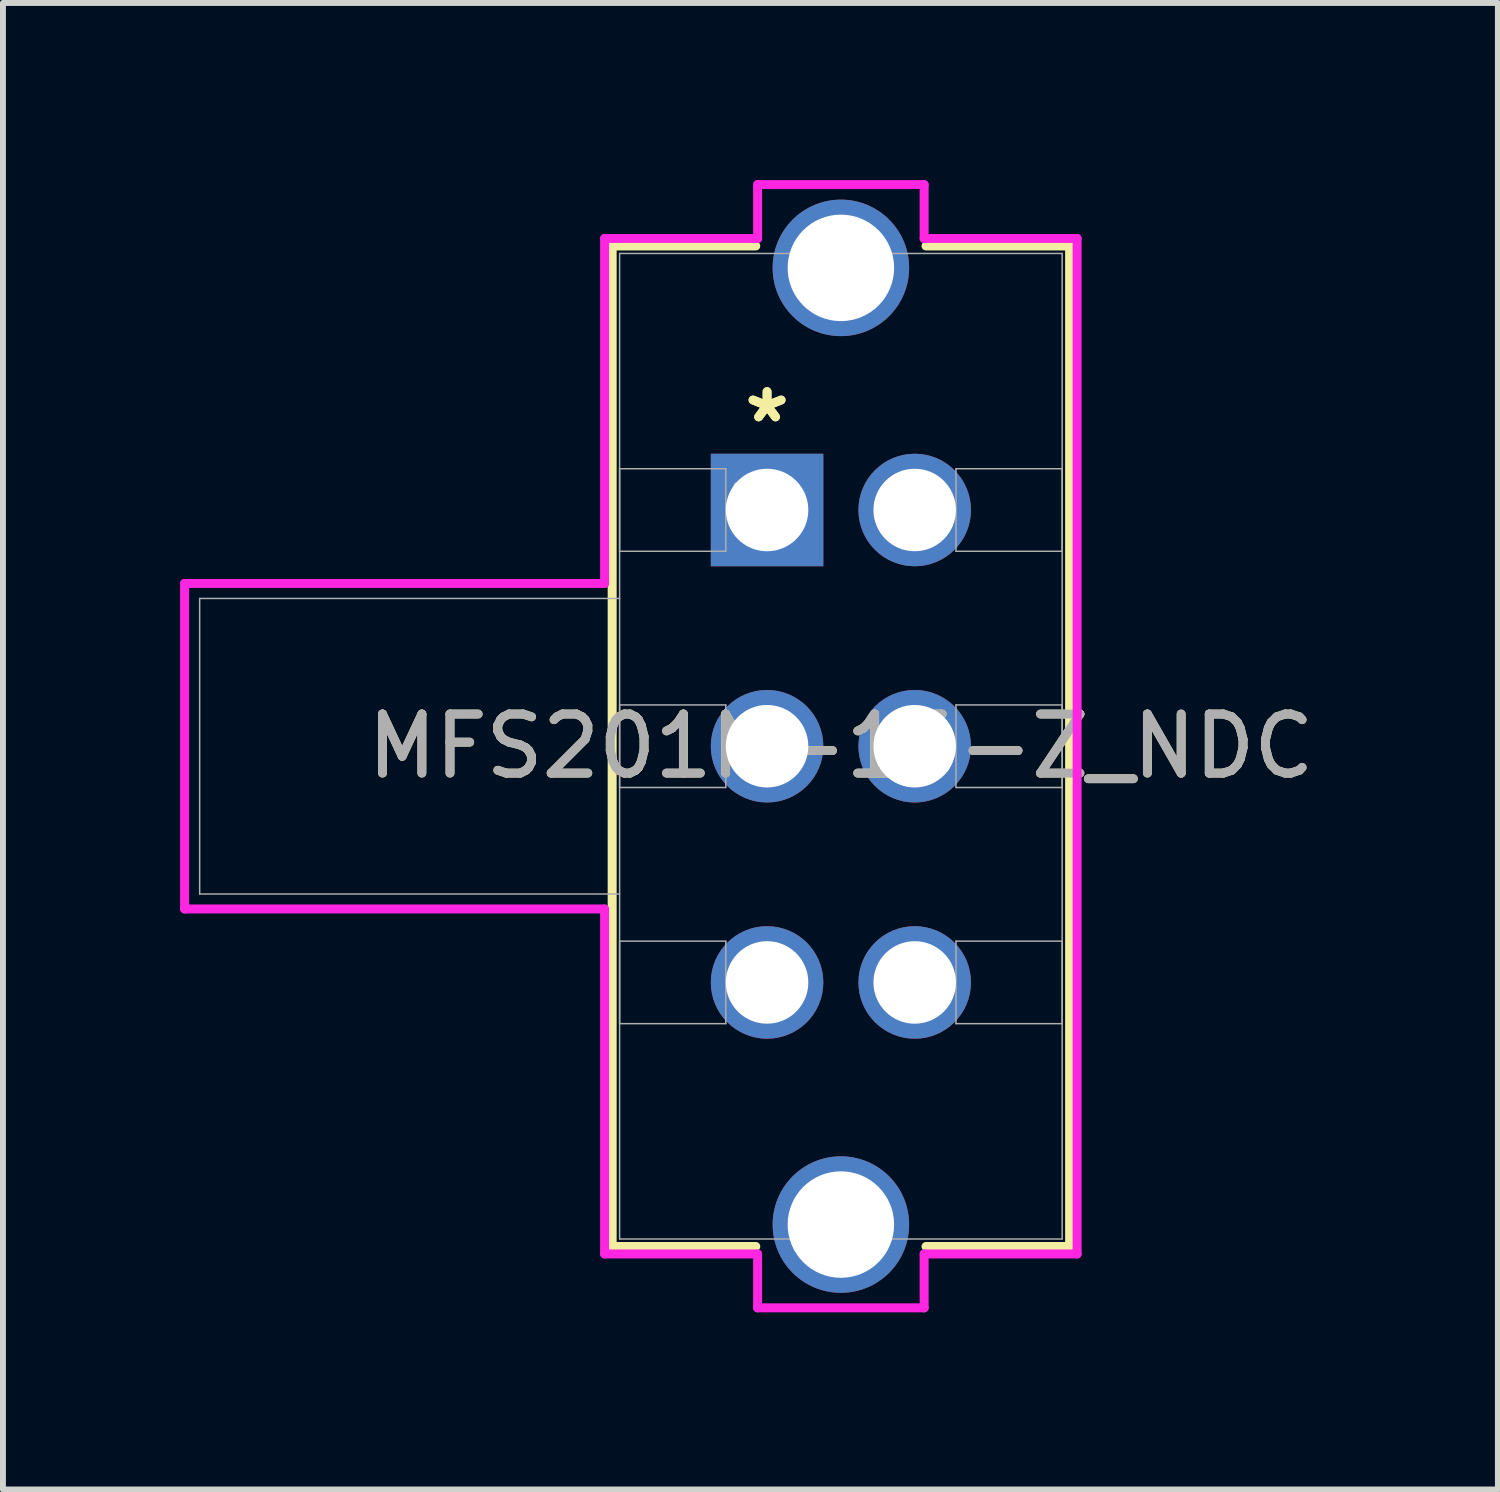
<source format=kicad_pcb>
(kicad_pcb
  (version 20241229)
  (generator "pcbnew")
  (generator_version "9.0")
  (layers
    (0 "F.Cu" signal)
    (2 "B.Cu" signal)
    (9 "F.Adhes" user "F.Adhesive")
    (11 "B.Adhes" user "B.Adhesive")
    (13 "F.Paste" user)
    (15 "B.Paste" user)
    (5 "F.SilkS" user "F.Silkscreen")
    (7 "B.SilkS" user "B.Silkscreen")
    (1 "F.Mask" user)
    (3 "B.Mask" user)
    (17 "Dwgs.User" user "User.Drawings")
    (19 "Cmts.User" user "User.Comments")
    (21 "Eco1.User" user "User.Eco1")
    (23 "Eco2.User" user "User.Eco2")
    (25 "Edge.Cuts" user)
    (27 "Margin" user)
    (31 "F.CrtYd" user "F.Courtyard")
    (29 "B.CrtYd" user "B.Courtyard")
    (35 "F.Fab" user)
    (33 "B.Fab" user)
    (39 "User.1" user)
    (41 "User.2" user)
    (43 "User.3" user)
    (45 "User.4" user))
  (footprint "MFS201N-16-Z_NDC"
    (layer "F.Cu")
    (at 9.939 5.586)
    (property "Reference" "MFS201N-16-Z_NDC" (at 1.25 4 0) (unlocked yes) (layer "F.SilkS") (effects (font (size 1 1) (thickness 0.15))))
    (attr through_hole)
    (fp_line (start -2.623 -4.471) (end -2.623 12.471) (stroke (width 0.152) (type solid)) (layer "F.SilkS"))
    (fp_line (start -2.623 12.471) (end -0.191 12.471) (stroke (width 0.152) (type solid)) (layer "F.SilkS"))
    (fp_line (start -0.191 -4.471) (end -2.623 -4.471) (stroke (width 0.152) (type solid)) (layer "F.SilkS"))
    (fp_line (start 2.691 12.471) (end 5.123 12.471) (stroke (width 0.152) (type solid)) (layer "F.SilkS"))
    (fp_line (start 5.123 -4.471) (end 2.691 -4.471) (stroke (width 0.152) (type solid)) (layer "F.SilkS"))
    (fp_line (start 5.123 12.471) (end 5.123 -4.471) (stroke (width 0.152) (type solid)) (layer "F.SilkS"))
    (fp_line (start -9.863 1.244) (end -9.863 6.756) (stroke (width 0.152) (type solid)) (layer "F.CrtYd"))
    (fp_line (start -9.863 6.756) (end -2.751 6.756) (stroke (width 0.152) (type solid)) (layer "F.CrtYd"))
    (fp_line (start -2.751 -4.598) (end -2.751 1.244) (stroke (width 0.152) (type solid)) (layer "F.CrtYd"))
    (fp_line (start -2.751 1.244) (end -9.863 1.244) (stroke (width 0.152) (type solid)) (layer "F.CrtYd"))
    (fp_line (start -2.751 6.756) (end -2.751 12.598) (stroke (width 0.152) (type solid)) (layer "F.CrtYd"))
    (fp_line (start -2.751 12.598) (end -0.16 12.598) (stroke (width 0.152) (type solid)) (layer "F.CrtYd"))
    (fp_line (start -0.16 -5.51) (end -0.16 -4.598) (stroke (width 0.152) (type solid)) (layer "F.CrtYd"))
    (fp_line (start -0.16 -4.598) (end -2.751 -4.598) (stroke (width 0.152) (type solid)) (layer "F.CrtYd"))
    (fp_line (start -0.16 12.598) (end -0.16 13.51) (stroke (width 0.152) (type solid)) (layer "F.CrtYd"))
    (fp_line (start -0.16 13.51) (end 2.66 13.51) (stroke (width 0.152) (type solid)) (layer "F.CrtYd"))
    (fp_line (start 2.66 -5.51) (end -0.16 -5.51) (stroke (width 0.152) (type solid)) (layer "F.CrtYd"))
    (fp_line (start 2.66 -4.598) (end 2.66 -5.51) (stroke (width 0.152) (type solid)) (layer "F.CrtYd"))
    (fp_line (start 2.66 12.598) (end 5.25 12.598) (stroke (width 0.152) (type solid)) (layer "F.CrtYd"))
    (fp_line (start 2.66 13.51) (end 2.66 12.598) (stroke (width 0.152) (type solid)) (layer "F.CrtYd"))
    (fp_line (start 5.25 -4.598) (end 2.66 -4.598) (stroke (width 0.152) (type solid)) (layer "F.CrtYd"))
    (fp_line (start 5.25 12.598) (end 5.25 -4.598) (stroke (width 0.152) (type solid)) (layer "F.CrtYd"))
    (fp_line (start -9.608 6.502) (end -9.608 1.498) (stroke (width 0.025) (type solid)) (layer "F.Fab"))
    (fp_line (start -2.497 -4.344) (end -2.497 12.344) (stroke (width 0.025) (type solid)) (layer "F.Fab"))
    (fp_line (start -2.497 -0.699) (end -0.699 -0.699) (stroke (width 0.025) (type solid)) (layer "F.Fab"))
    (fp_line (start -2.497 0.699) (end -2.497 -0.699) (stroke (width 0.025) (type solid)) (layer "F.Fab"))
    (fp_line (start -2.497 1.498) (end -9.608 1.498) (stroke (width 0.025) (type solid)) (layer "F.Fab"))
    (fp_line (start -2.497 3.301) (end -0.699 3.301) (stroke (width 0.025) (type solid)) (layer "F.Fab"))
    (fp_line (start -2.497 4.699) (end -2.497 3.301) (stroke (width 0.025) (type solid)) (layer "F.Fab"))
    (fp_line (start -2.497 6.502) (end -9.608 6.502) (stroke (width 0.025) (type solid)) (layer "F.Fab"))
    (fp_line (start -2.497 7.301) (end -0.699 7.301) (stroke (width 0.025) (type solid)) (layer "F.Fab"))
    (fp_line (start -2.497 8.698) (end -2.497 7.301) (stroke (width 0.025) (type solid)) (layer "F.Fab"))
    (fp_line (start -2.497 12.344) (end 4.997 12.344) (stroke (width 0.025) (type solid)) (layer "F.Fab"))
    (fp_line (start -0.699 -0.699) (end -0.699 0.699) (stroke (width 0.025) (type solid)) (layer "F.Fab"))
    (fp_line (start -0.699 0.699) (end -2.497 0.699) (stroke (width 0.025) (type solid)) (layer "F.Fab"))
    (fp_line (start -0.699 3.301) (end -0.699 4.699) (stroke (width 0.025) (type solid)) (layer "F.Fab"))
    (fp_line (start -0.699 4.699) (end -2.497 4.699) (stroke (width 0.025) (type solid)) (layer "F.Fab"))
    (fp_line (start -0.699 7.301) (end -0.699 8.698) (stroke (width 0.025) (type solid)) (layer "F.Fab"))
    (fp_line (start -0.699 8.698) (end -2.497 8.698) (stroke (width 0.025) (type solid)) (layer "F.Fab"))
    (fp_line (start 3.199 -0.699) (end 4.997 -0.699) (stroke (width 0.025) (type solid)) (layer "F.Fab"))
    (fp_line (start 3.199 0.699) (end 3.199 -0.699) (stroke (width 0.025) (type solid)) (layer "F.Fab"))
    (fp_line (start 3.199 3.301) (end 4.997 3.301) (stroke (width 0.025) (type solid)) (layer "F.Fab"))
    (fp_line (start 3.199 4.699) (end 3.199 3.301) (stroke (width 0.025) (type solid)) (layer "F.Fab"))
    (fp_line (start 3.199 7.301) (end 4.997 7.301) (stroke (width 0.025) (type solid)) (layer "F.Fab"))
    (fp_line (start 3.199 8.698) (end 3.199 7.301) (stroke (width 0.025) (type solid)) (layer "F.Fab"))
    (fp_line (start 4.997 -4.344) (end -2.497 -4.344) (stroke (width 0.025) (type solid)) (layer "F.Fab"))
    (fp_line (start 4.997 -0.699) (end 4.997 0.699) (stroke (width 0.025) (type solid)) (layer "F.Fab"))
    (fp_line (start 4.997 0.699) (end 3.199 0.699) (stroke (width 0.025) (type solid)) (layer "F.Fab"))
    (fp_line (start 4.997 3.301) (end 4.997 4.699) (stroke (width 0.025) (type solid)) (layer "F.Fab"))
    (fp_line (start 4.997 4.699) (end 3.199 4.699) (stroke (width 0.025) (type solid)) (layer "F.Fab"))
    (fp_line (start 4.997 7.301) (end 4.997 8.698) (stroke (width 0.025) (type solid)) (layer "F.Fab"))
    (fp_line (start 4.997 8.698) (end 3.199 8.698) (stroke (width 0.025) (type solid)) (layer "F.Fab"))
    (fp_line (start 4.997 12.344) (end 4.997 -4.344) (stroke (width 0.025) (type solid)) (layer "F.Fab"))
    (fp_arc (start 1.5548 -4.3439) (mid 1.25 -4.0391) (end 0.9452 -4.3439) (stroke (width 0.0254) (type solid)) (layer "F.Fab"))
    (fp_text user "*" (at 0 -1.46 0) (unlocked yes) (layer "F.SilkS") (effects (font (size 1 1) (thickness 0.15))))
    (fp_text user "*" (at 0 -1.46 0) (layer "F.SilkS") (effects (font (size 1 1) (thickness 0.15))))
    (fp_text user "*" (at -0.254 0 0) (unlocked yes) (layer "F.Fab") (effects (font (size 1 1) (thickness 0.15))))
    (fp_text user "*" (at -0.254 0 0) (layer "F.Fab") (effects (font (size 1 1) (thickness 0.15))))
    (fp_text user "${REFERENCE}" (at 1.25 4 0) (unlocked yes) (layer "F.Fab") (effects (font (size 1 1) (thickness 0.15))))
    (pad "1" thru_hole rect (at 0 0) (size 1.905 1.905) (drill 1.397) (layers "*.Cu" "*.Mask"))
    (pad "2" thru_hole circle (at 0 4) (size 1.905 1.905) (drill 1.397) (layers "*.Cu" "*.Mask"))
    (pad "3" thru_hole circle (at 0 8) (size 1.905 1.905) (drill 1.397) (layers "*.Cu" "*.Mask"))
    (pad "4" thru_hole circle (at 2.5 8) (size 1.905 1.905) (drill 1.397) (layers "*.Cu" "*.Mask"))
    (pad "5" thru_hole circle (at 2.5 4) (size 1.905 1.905) (drill 1.397) (layers "*.Cu" "*.Mask"))
    (pad "6" thru_hole circle (at 2.5 0) (size 1.905 1.905) (drill 1.397) (layers "*.Cu" "*.Mask"))
    (pad "7" thru_hole circle (at 1.25 -4.1) (size 2.311 2.311) (drill 1.803) (layers "*.Cu" "*.Mask"))
    (pad "8" thru_hole circle (at 1.25 12.1) (size 2.311 2.311) (drill 1.803) (layers "*.Cu" "*.Mask")))
  (gr_rect
    (start -3 -3)
    (end 22.314 22.172)
    (stroke (width 0.1) (type default))
    (fill no)
    (layer "Edge.Cuts")))
</source>
